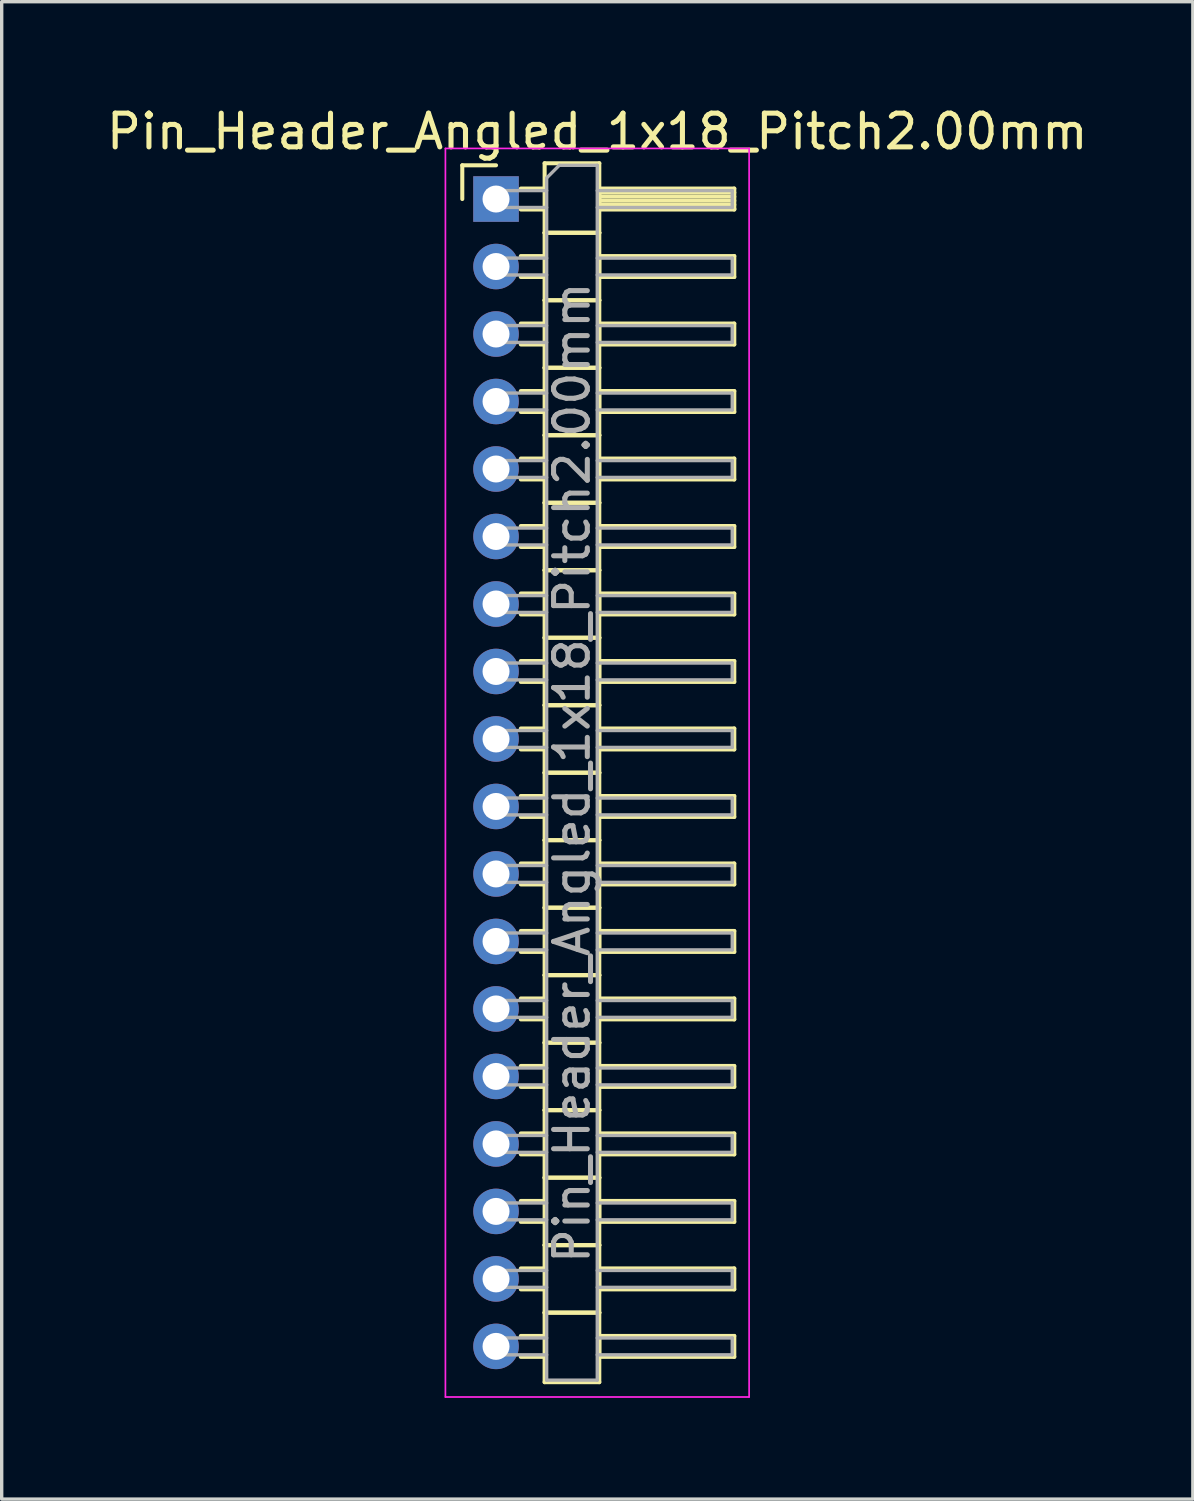
<source format=kicad_pcb>
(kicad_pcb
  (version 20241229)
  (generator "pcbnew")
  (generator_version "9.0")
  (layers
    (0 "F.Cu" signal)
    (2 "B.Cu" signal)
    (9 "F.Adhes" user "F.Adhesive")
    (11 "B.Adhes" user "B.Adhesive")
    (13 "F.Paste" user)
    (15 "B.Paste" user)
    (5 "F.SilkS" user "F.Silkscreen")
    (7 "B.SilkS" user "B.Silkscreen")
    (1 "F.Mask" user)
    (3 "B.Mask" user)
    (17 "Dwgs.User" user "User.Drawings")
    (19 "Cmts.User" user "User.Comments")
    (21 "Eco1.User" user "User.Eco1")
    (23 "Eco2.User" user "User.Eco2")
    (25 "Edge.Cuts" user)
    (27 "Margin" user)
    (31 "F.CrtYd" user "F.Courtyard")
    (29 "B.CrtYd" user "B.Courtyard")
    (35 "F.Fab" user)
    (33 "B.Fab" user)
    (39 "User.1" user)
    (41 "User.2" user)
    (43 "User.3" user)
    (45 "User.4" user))
  (footprint "Pin_Header_Angled_1x18_Pitch2.00mm"
    (layer "F.Cu")
    (at 11.649 2.848)
    (property "Reference" "Pin_Header_Angled_1x18_Pitch2.00mm" (at 3 -2 0) (layer "F.SilkS") (effects (font (size 1 1) (thickness 0.15))))
    (attr through_hole)
    (fp_line (start -1 -1) (end 0 -1) (stroke (width 0.12) (type solid)) (layer "F.SilkS"))
    (fp_line (start -1 0) (end -1 -1) (stroke (width 0.12) (type solid)) (layer "F.SilkS"))
    (fp_line (start 0.735 -0.31) (end 1.44 -0.31) (stroke (width 0.12) (type solid)) (layer "F.SilkS"))
    (fp_line (start 0.735 0.31) (end 1.44 0.31) (stroke (width 0.12) (type solid)) (layer "F.SilkS"))
    (fp_line (start 0.735 1.69) (end 1.44 1.69) (stroke (width 0.12) (type solid)) (layer "F.SilkS"))
    (fp_line (start 0.735 2.31) (end 1.44 2.31) (stroke (width 0.12) (type solid)) (layer "F.SilkS"))
    (fp_line (start 0.735 3.69) (end 1.44 3.69) (stroke (width 0.12) (type solid)) (layer "F.SilkS"))
    (fp_line (start 0.735 4.31) (end 1.44 4.31) (stroke (width 0.12) (type solid)) (layer "F.SilkS"))
    (fp_line (start 0.735 5.69) (end 1.44 5.69) (stroke (width 0.12) (type solid)) (layer "F.SilkS"))
    (fp_line (start 0.735 6.31) (end 1.44 6.31) (stroke (width 0.12) (type solid)) (layer "F.SilkS"))
    (fp_line (start 0.735 7.69) (end 1.44 7.69) (stroke (width 0.12) (type solid)) (layer "F.SilkS"))
    (fp_line (start 0.735 8.31) (end 1.44 8.31) (stroke (width 0.12) (type solid)) (layer "F.SilkS"))
    (fp_line (start 0.735 9.69) (end 1.44 9.69) (stroke (width 0.12) (type solid)) (layer "F.SilkS"))
    (fp_line (start 0.735 10.31) (end 1.44 10.31) (stroke (width 0.12) (type solid)) (layer "F.SilkS"))
    (fp_line (start 0.735 11.69) (end 1.44 11.69) (stroke (width 0.12) (type solid)) (layer "F.SilkS"))
    (fp_line (start 0.735 12.31) (end 1.44 12.31) (stroke (width 0.12) (type solid)) (layer "F.SilkS"))
    (fp_line (start 0.735 13.69) (end 1.44 13.69) (stroke (width 0.12) (type solid)) (layer "F.SilkS"))
    (fp_line (start 0.735 14.31) (end 1.44 14.31) (stroke (width 0.12) (type solid)) (layer "F.SilkS"))
    (fp_line (start 0.735 15.69) (end 1.44 15.69) (stroke (width 0.12) (type solid)) (layer "F.SilkS"))
    (fp_line (start 0.735 16.31) (end 1.44 16.31) (stroke (width 0.12) (type solid)) (layer "F.SilkS"))
    (fp_line (start 0.735 17.69) (end 1.44 17.69) (stroke (width 0.12) (type solid)) (layer "F.SilkS"))
    (fp_line (start 0.735 18.31) (end 1.44 18.31) (stroke (width 0.12) (type solid)) (layer "F.SilkS"))
    (fp_line (start 0.735 19.69) (end 1.44 19.69) (stroke (width 0.12) (type solid)) (layer "F.SilkS"))
    (fp_line (start 0.735 20.31) (end 1.44 20.31) (stroke (width 0.12) (type solid)) (layer "F.SilkS"))
    (fp_line (start 0.735 21.69) (end 1.44 21.69) (stroke (width 0.12) (type solid)) (layer "F.SilkS"))
    (fp_line (start 0.735 22.31) (end 1.44 22.31) (stroke (width 0.12) (type solid)) (layer "F.SilkS"))
    (fp_line (start 0.735 23.69) (end 1.44 23.69) (stroke (width 0.12) (type solid)) (layer "F.SilkS"))
    (fp_line (start 0.735 24.31) (end 1.44 24.31) (stroke (width 0.12) (type solid)) (layer "F.SilkS"))
    (fp_line (start 0.735 25.69) (end 1.44 25.69) (stroke (width 0.12) (type solid)) (layer "F.SilkS"))
    (fp_line (start 0.735 26.31) (end 1.44 26.31) (stroke (width 0.12) (type solid)) (layer "F.SilkS"))
    (fp_line (start 0.735 27.69) (end 1.44 27.69) (stroke (width 0.12) (type solid)) (layer "F.SilkS"))
    (fp_line (start 0.735 28.31) (end 1.44 28.31) (stroke (width 0.12) (type solid)) (layer "F.SilkS"))
    (fp_line (start 0.735 29.69) (end 1.44 29.69) (stroke (width 0.12) (type solid)) (layer "F.SilkS"))
    (fp_line (start 0.735 30.31) (end 1.44 30.31) (stroke (width 0.12) (type solid)) (layer "F.SilkS"))
    (fp_line (start 0.735 31.69) (end 1.44 31.69) (stroke (width 0.12) (type solid)) (layer "F.SilkS"))
    (fp_line (start 0.735 32.31) (end 1.44 32.31) (stroke (width 0.12) (type solid)) (layer "F.SilkS"))
    (fp_line (start 0.735 33.69) (end 1.44 33.69) (stroke (width 0.12) (type solid)) (layer "F.SilkS"))
    (fp_line (start 0.735 34.31) (end 1.44 34.31) (stroke (width 0.12) (type solid)) (layer "F.SilkS"))
    (fp_line (start 1.44 -1.06) (end 1.44 1) (stroke (width 0.12) (type solid)) (layer "F.SilkS"))
    (fp_line (start 1.44 1) (end 1.44 3) (stroke (width 0.12) (type solid)) (layer "F.SilkS"))
    (fp_line (start 1.44 1) (end 3.06 1) (stroke (width 0.12) (type solid)) (layer "F.SilkS"))
    (fp_line (start 1.44 3) (end 1.44 5) (stroke (width 0.12) (type solid)) (layer "F.SilkS"))
    (fp_line (start 1.44 3) (end 3.06 3) (stroke (width 0.12) (type solid)) (layer "F.SilkS"))
    (fp_line (start 1.44 5) (end 1.44 7) (stroke (width 0.12) (type solid)) (layer "F.SilkS"))
    (fp_line (start 1.44 5) (end 3.06 5) (stroke (width 0.12) (type solid)) (layer "F.SilkS"))
    (fp_line (start 1.44 7) (end 1.44 9) (stroke (width 0.12) (type solid)) (layer "F.SilkS"))
    (fp_line (start 1.44 7) (end 3.06 7) (stroke (width 0.12) (type solid)) (layer "F.SilkS"))
    (fp_line (start 1.44 9) (end 1.44 11) (stroke (width 0.12) (type solid)) (layer "F.SilkS"))
    (fp_line (start 1.44 9) (end 3.06 9) (stroke (width 0.12) (type solid)) (layer "F.SilkS"))
    (fp_line (start 1.44 11) (end 1.44 13) (stroke (width 0.12) (type solid)) (layer "F.SilkS"))
    (fp_line (start 1.44 11) (end 3.06 11) (stroke (width 0.12) (type solid)) (layer "F.SilkS"))
    (fp_line (start 1.44 13) (end 1.44 15) (stroke (width 0.12) (type solid)) (layer "F.SilkS"))
    (fp_line (start 1.44 13) (end 3.06 13) (stroke (width 0.12) (type solid)) (layer "F.SilkS"))
    (fp_line (start 1.44 15) (end 1.44 17) (stroke (width 0.12) (type solid)) (layer "F.SilkS"))
    (fp_line (start 1.44 15) (end 3.06 15) (stroke (width 0.12) (type solid)) (layer "F.SilkS"))
    (fp_line (start 1.44 17) (end 1.44 19) (stroke (width 0.12) (type solid)) (layer "F.SilkS"))
    (fp_line (start 1.44 17) (end 3.06 17) (stroke (width 0.12) (type solid)) (layer "F.SilkS"))
    (fp_line (start 1.44 19) (end 1.44 21) (stroke (width 0.12) (type solid)) (layer "F.SilkS"))
    (fp_line (start 1.44 19) (end 3.06 19) (stroke (width 0.12) (type solid)) (layer "F.SilkS"))
    (fp_line (start 1.44 21) (end 1.44 23) (stroke (width 0.12) (type solid)) (layer "F.SilkS"))
    (fp_line (start 1.44 21) (end 3.06 21) (stroke (width 0.12) (type solid)) (layer "F.SilkS"))
    (fp_line (start 1.44 23) (end 1.44 25) (stroke (width 0.12) (type solid)) (layer "F.SilkS"))
    (fp_line (start 1.44 23) (end 3.06 23) (stroke (width 0.12) (type solid)) (layer "F.SilkS"))
    (fp_line (start 1.44 25) (end 1.44 27) (stroke (width 0.12) (type solid)) (layer "F.SilkS"))
    (fp_line (start 1.44 25) (end 3.06 25) (stroke (width 0.12) (type solid)) (layer "F.SilkS"))
    (fp_line (start 1.44 27) (end 1.44 29) (stroke (width 0.12) (type solid)) (layer "F.SilkS"))
    (fp_line (start 1.44 27) (end 3.06 27) (stroke (width 0.12) (type solid)) (layer "F.SilkS"))
    (fp_line (start 1.44 29) (end 1.44 31) (stroke (width 0.12) (type solid)) (layer "F.SilkS"))
    (fp_line (start 1.44 29) (end 3.06 29) (stroke (width 0.12) (type solid)) (layer "F.SilkS"))
    (fp_line (start 1.44 31) (end 1.44 33) (stroke (width 0.12) (type solid)) (layer "F.SilkS"))
    (fp_line (start 1.44 31) (end 3.06 31) (stroke (width 0.12) (type solid)) (layer "F.SilkS"))
    (fp_line (start 1.44 33) (end 1.44 35.06) (stroke (width 0.12) (type solid)) (layer "F.SilkS"))
    (fp_line (start 1.44 33) (end 3.06 33) (stroke (width 0.12) (type solid)) (layer "F.SilkS"))
    (fp_line (start 1.44 35.06) (end 3.06 35.06) (stroke (width 0.12) (type solid)) (layer "F.SilkS"))
    (fp_line (start 3.06 -1.06) (end 1.44 -1.06) (stroke (width 0.12) (type solid)) (layer "F.SilkS"))
    (fp_line (start 3.06 -0.31) (end 3.06 0.31) (stroke (width 0.12) (type solid)) (layer "F.SilkS"))
    (fp_line (start 3.06 -0.19) (end 7.06 -0.19) (stroke (width 0.12) (type solid)) (layer "F.SilkS"))
    (fp_line (start 3.06 -0.07) (end 7.06 -0.07) (stroke (width 0.12) (type solid)) (layer "F.SilkS"))
    (fp_line (start 3.06 0.05) (end 7.06 0.05) (stroke (width 0.12) (type solid)) (layer "F.SilkS"))
    (fp_line (start 3.06 0.17) (end 7.06 0.17) (stroke (width 0.12) (type solid)) (layer "F.SilkS"))
    (fp_line (start 3.06 0.29) (end 7.06 0.29) (stroke (width 0.12) (type solid)) (layer "F.SilkS"))
    (fp_line (start 3.06 0.31) (end 7.06 0.31) (stroke (width 0.12) (type solid)) (layer "F.SilkS"))
    (fp_line (start 3.06 1) (end 1.44 1) (stroke (width 0.12) (type solid)) (layer "F.SilkS"))
    (fp_line (start 3.06 1) (end 3.06 -1.06) (stroke (width 0.12) (type solid)) (layer "F.SilkS"))
    (fp_line (start 3.06 1.69) (end 3.06 2.31) (stroke (width 0.12) (type solid)) (layer "F.SilkS"))
    (fp_line (start 3.06 2.31) (end 7.06 2.31) (stroke (width 0.12) (type solid)) (layer "F.SilkS"))
    (fp_line (start 3.06 3) (end 1.44 3) (stroke (width 0.12) (type solid)) (layer "F.SilkS"))
    (fp_line (start 3.06 3) (end 3.06 1) (stroke (width 0.12) (type solid)) (layer "F.SilkS"))
    (fp_line (start 3.06 3.69) (end 3.06 4.31) (stroke (width 0.12) (type solid)) (layer "F.SilkS"))
    (fp_line (start 3.06 4.31) (end 7.06 4.31) (stroke (width 0.12) (type solid)) (layer "F.SilkS"))
    (fp_line (start 3.06 5) (end 1.44 5) (stroke (width 0.12) (type solid)) (layer "F.SilkS"))
    (fp_line (start 3.06 5) (end 3.06 3) (stroke (width 0.12) (type solid)) (layer "F.SilkS"))
    (fp_line (start 3.06 5.69) (end 3.06 6.31) (stroke (width 0.12) (type solid)) (layer "F.SilkS"))
    (fp_line (start 3.06 6.31) (end 7.06 6.31) (stroke (width 0.12) (type solid)) (layer "F.SilkS"))
    (fp_line (start 3.06 7) (end 1.44 7) (stroke (width 0.12) (type solid)) (layer "F.SilkS"))
    (fp_line (start 3.06 7) (end 3.06 5) (stroke (width 0.12) (type solid)) (layer "F.SilkS"))
    (fp_line (start 3.06 7.69) (end 3.06 8.31) (stroke (width 0.12) (type solid)) (layer "F.SilkS"))
    (fp_line (start 3.06 8.31) (end 7.06 8.31) (stroke (width 0.12) (type solid)) (layer "F.SilkS"))
    (fp_line (start 3.06 9) (end 1.44 9) (stroke (width 0.12) (type solid)) (layer "F.SilkS"))
    (fp_line (start 3.06 9) (end 3.06 7) (stroke (width 0.12) (type solid)) (layer "F.SilkS"))
    (fp_line (start 3.06 9.69) (end 3.06 10.31) (stroke (width 0.12) (type solid)) (layer "F.SilkS"))
    (fp_line (start 3.06 10.31) (end 7.06 10.31) (stroke (width 0.12) (type solid)) (layer "F.SilkS"))
    (fp_line (start 3.06 11) (end 1.44 11) (stroke (width 0.12) (type solid)) (layer "F.SilkS"))
    (fp_line (start 3.06 11) (end 3.06 9) (stroke (width 0.12) (type solid)) (layer "F.SilkS"))
    (fp_line (start 3.06 11.69) (end 3.06 12.31) (stroke (width 0.12) (type solid)) (layer "F.SilkS"))
    (fp_line (start 3.06 12.31) (end 7.06 12.31) (stroke (width 0.12) (type solid)) (layer "F.SilkS"))
    (fp_line (start 3.06 13) (end 1.44 13) (stroke (width 0.12) (type solid)) (layer "F.SilkS"))
    (fp_line (start 3.06 13) (end 3.06 11) (stroke (width 0.12) (type solid)) (layer "F.SilkS"))
    (fp_line (start 3.06 13.69) (end 3.06 14.31) (stroke (width 0.12) (type solid)) (layer "F.SilkS"))
    (fp_line (start 3.06 14.31) (end 7.06 14.31) (stroke (width 0.12) (type solid)) (layer "F.SilkS"))
    (fp_line (start 3.06 15) (end 1.44 15) (stroke (width 0.12) (type solid)) (layer "F.SilkS"))
    (fp_line (start 3.06 15) (end 3.06 13) (stroke (width 0.12) (type solid)) (layer "F.SilkS"))
    (fp_line (start 3.06 15.69) (end 3.06 16.31) (stroke (width 0.12) (type solid)) (layer "F.SilkS"))
    (fp_line (start 3.06 16.31) (end 7.06 16.31) (stroke (width 0.12) (type solid)) (layer "F.SilkS"))
    (fp_line (start 3.06 17) (end 1.44 17) (stroke (width 0.12) (type solid)) (layer "F.SilkS"))
    (fp_line (start 3.06 17) (end 3.06 15) (stroke (width 0.12) (type solid)) (layer "F.SilkS"))
    (fp_line (start 3.06 17.69) (end 3.06 18.31) (stroke (width 0.12) (type solid)) (layer "F.SilkS"))
    (fp_line (start 3.06 18.31) (end 7.06 18.31) (stroke (width 0.12) (type solid)) (layer "F.SilkS"))
    (fp_line (start 3.06 19) (end 1.44 19) (stroke (width 0.12) (type solid)) (layer "F.SilkS"))
    (fp_line (start 3.06 19) (end 3.06 17) (stroke (width 0.12) (type solid)) (layer "F.SilkS"))
    (fp_line (start 3.06 19.69) (end 3.06 20.31) (stroke (width 0.12) (type solid)) (layer "F.SilkS"))
    (fp_line (start 3.06 20.31) (end 7.06 20.31) (stroke (width 0.12) (type solid)) (layer "F.SilkS"))
    (fp_line (start 3.06 21) (end 1.44 21) (stroke (width 0.12) (type solid)) (layer "F.SilkS"))
    (fp_line (start 3.06 21) (end 3.06 19) (stroke (width 0.12) (type solid)) (layer "F.SilkS"))
    (fp_line (start 3.06 21.69) (end 3.06 22.31) (stroke (width 0.12) (type solid)) (layer "F.SilkS"))
    (fp_line (start 3.06 22.31) (end 7.06 22.31) (stroke (width 0.12) (type solid)) (layer "F.SilkS"))
    (fp_line (start 3.06 23) (end 1.44 23) (stroke (width 0.12) (type solid)) (layer "F.SilkS"))
    (fp_line (start 3.06 23) (end 3.06 21) (stroke (width 0.12) (type solid)) (layer "F.SilkS"))
    (fp_line (start 3.06 23.69) (end 3.06 24.31) (stroke (width 0.12) (type solid)) (layer "F.SilkS"))
    (fp_line (start 3.06 24.31) (end 7.06 24.31) (stroke (width 0.12) (type solid)) (layer "F.SilkS"))
    (fp_line (start 3.06 25) (end 1.44 25) (stroke (width 0.12) (type solid)) (layer "F.SilkS"))
    (fp_line (start 3.06 25) (end 3.06 23) (stroke (width 0.12) (type solid)) (layer "F.SilkS"))
    (fp_line (start 3.06 25.69) (end 3.06 26.31) (stroke (width 0.12) (type solid)) (layer "F.SilkS"))
    (fp_line (start 3.06 26.31) (end 7.06 26.31) (stroke (width 0.12) (type solid)) (layer "F.SilkS"))
    (fp_line (start 3.06 27) (end 1.44 27) (stroke (width 0.12) (type solid)) (layer "F.SilkS"))
    (fp_line (start 3.06 27) (end 3.06 25) (stroke (width 0.12) (type solid)) (layer "F.SilkS"))
    (fp_line (start 3.06 27.69) (end 3.06 28.31) (stroke (width 0.12) (type solid)) (layer "F.SilkS"))
    (fp_line (start 3.06 28.31) (end 7.06 28.31) (stroke (width 0.12) (type solid)) (layer "F.SilkS"))
    (fp_line (start 3.06 29) (end 1.44 29) (stroke (width 0.12) (type solid)) (layer "F.SilkS"))
    (fp_line (start 3.06 29) (end 3.06 27) (stroke (width 0.12) (type solid)) (layer "F.SilkS"))
    (fp_line (start 3.06 29.69) (end 3.06 30.31) (stroke (width 0.12) (type solid)) (layer "F.SilkS"))
    (fp_line (start 3.06 30.31) (end 7.06 30.31) (stroke (width 0.12) (type solid)) (layer "F.SilkS"))
    (fp_line (start 3.06 31) (end 1.44 31) (stroke (width 0.12) (type solid)) (layer "F.SilkS"))
    (fp_line (start 3.06 31) (end 3.06 29) (stroke (width 0.12) (type solid)) (layer "F.SilkS"))
    (fp_line (start 3.06 31.69) (end 3.06 32.31) (stroke (width 0.12) (type solid)) (layer "F.SilkS"))
    (fp_line (start 3.06 32.31) (end 7.06 32.31) (stroke (width 0.12) (type solid)) (layer "F.SilkS"))
    (fp_line (start 3.06 33) (end 1.44 33) (stroke (width 0.12) (type solid)) (layer "F.SilkS"))
    (fp_line (start 3.06 33) (end 3.06 31) (stroke (width 0.12) (type solid)) (layer "F.SilkS"))
    (fp_line (start 3.06 33.69) (end 3.06 34.31) (stroke (width 0.12) (type solid)) (layer "F.SilkS"))
    (fp_line (start 3.06 34.31) (end 7.06 34.31) (stroke (width 0.12) (type solid)) (layer "F.SilkS"))
    (fp_line (start 3.06 35.06) (end 3.06 33) (stroke (width 0.12) (type solid)) (layer "F.SilkS"))
    (fp_line (start 7.06 -0.31) (end 3.06 -0.31) (stroke (width 0.12) (type solid)) (layer "F.SilkS"))
    (fp_line (start 7.06 0.31) (end 7.06 -0.31) (stroke (width 0.12) (type solid)) (layer "F.SilkS"))
    (fp_line (start 7.06 1.69) (end 3.06 1.69) (stroke (width 0.12) (type solid)) (layer "F.SilkS"))
    (fp_line (start 7.06 2.31) (end 7.06 1.69) (stroke (width 0.12) (type solid)) (layer "F.SilkS"))
    (fp_line (start 7.06 3.69) (end 3.06 3.69) (stroke (width 0.12) (type solid)) (layer "F.SilkS"))
    (fp_line (start 7.06 4.31) (end 7.06 3.69) (stroke (width 0.12) (type solid)) (layer "F.SilkS"))
    (fp_line (start 7.06 5.69) (end 3.06 5.69) (stroke (width 0.12) (type solid)) (layer "F.SilkS"))
    (fp_line (start 7.06 6.31) (end 7.06 5.69) (stroke (width 0.12) (type solid)) (layer "F.SilkS"))
    (fp_line (start 7.06 7.69) (end 3.06 7.69) (stroke (width 0.12) (type solid)) (layer "F.SilkS"))
    (fp_line (start 7.06 8.31) (end 7.06 7.69) (stroke (width 0.12) (type solid)) (layer "F.SilkS"))
    (fp_line (start 7.06 9.69) (end 3.06 9.69) (stroke (width 0.12) (type solid)) (layer "F.SilkS"))
    (fp_line (start 7.06 10.31) (end 7.06 9.69) (stroke (width 0.12) (type solid)) (layer "F.SilkS"))
    (fp_line (start 7.06 11.69) (end 3.06 11.69) (stroke (width 0.12) (type solid)) (layer "F.SilkS"))
    (fp_line (start 7.06 12.31) (end 7.06 11.69) (stroke (width 0.12) (type solid)) (layer "F.SilkS"))
    (fp_line (start 7.06 13.69) (end 3.06 13.69) (stroke (width 0.12) (type solid)) (layer "F.SilkS"))
    (fp_line (start 7.06 14.31) (end 7.06 13.69) (stroke (width 0.12) (type solid)) (layer "F.SilkS"))
    (fp_line (start 7.06 15.69) (end 3.06 15.69) (stroke (width 0.12) (type solid)) (layer "F.SilkS"))
    (fp_line (start 7.06 16.31) (end 7.06 15.69) (stroke (width 0.12) (type solid)) (layer "F.SilkS"))
    (fp_line (start 7.06 17.69) (end 3.06 17.69) (stroke (width 0.12) (type solid)) (layer "F.SilkS"))
    (fp_line (start 7.06 18.31) (end 7.06 17.69) (stroke (width 0.12) (type solid)) (layer "F.SilkS"))
    (fp_line (start 7.06 19.69) (end 3.06 19.69) (stroke (width 0.12) (type solid)) (layer "F.SilkS"))
    (fp_line (start 7.06 20.31) (end 7.06 19.69) (stroke (width 0.12) (type solid)) (layer "F.SilkS"))
    (fp_line (start 7.06 21.69) (end 3.06 21.69) (stroke (width 0.12) (type solid)) (layer "F.SilkS"))
    (fp_line (start 7.06 22.31) (end 7.06 21.69) (stroke (width 0.12) (type solid)) (layer "F.SilkS"))
    (fp_line (start 7.06 23.69) (end 3.06 23.69) (stroke (width 0.12) (type solid)) (layer "F.SilkS"))
    (fp_line (start 7.06 24.31) (end 7.06 23.69) (stroke (width 0.12) (type solid)) (layer "F.SilkS"))
    (fp_line (start 7.06 25.69) (end 3.06 25.69) (stroke (width 0.12) (type solid)) (layer "F.SilkS"))
    (fp_line (start 7.06 26.31) (end 7.06 25.69) (stroke (width 0.12) (type solid)) (layer "F.SilkS"))
    (fp_line (start 7.06 27.69) (end 3.06 27.69) (stroke (width 0.12) (type solid)) (layer "F.SilkS"))
    (fp_line (start 7.06 28.31) (end 7.06 27.69) (stroke (width 0.12) (type solid)) (layer "F.SilkS"))
    (fp_line (start 7.06 29.69) (end 3.06 29.69) (stroke (width 0.12) (type solid)) (layer "F.SilkS"))
    (fp_line (start 7.06 30.31) (end 7.06 29.69) (stroke (width 0.12) (type solid)) (layer "F.SilkS"))
    (fp_line (start 7.06 31.69) (end 3.06 31.69) (stroke (width 0.12) (type solid)) (layer "F.SilkS"))
    (fp_line (start 7.06 32.31) (end 7.06 31.69) (stroke (width 0.12) (type solid)) (layer "F.SilkS"))
    (fp_line (start 7.06 33.69) (end 3.06 33.69) (stroke (width 0.12) (type solid)) (layer "F.SilkS"))
    (fp_line (start 7.06 34.31) (end 7.06 33.69) (stroke (width 0.12) (type solid)) (layer "F.SilkS"))
    (fp_line (start -1.5 -1.5) (end -1.5 35.5) (stroke (width 0.05) (type solid)) (layer "F.CrtYd"))
    (fp_line (start -1.5 35.5) (end 7.5 35.5) (stroke (width 0.05) (type solid)) (layer "F.CrtYd"))
    (fp_line (start 7.5 -1.5) (end -1.5 -1.5) (stroke (width 0.05) (type solid)) (layer "F.CrtYd"))
    (fp_line (start 7.5 35.5) (end 7.5 -1.5) (stroke (width 0.05) (type solid)) (layer "F.CrtYd"))
    (fp_line (start -0.25 -0.25) (end -0.25 0.25) (stroke (width 0.1) (type solid)) (layer "F.Fab"))
    (fp_line (start -0.25 -0.25) (end 1.5 -0.25) (stroke (width 0.1) (type solid)) (layer "F.Fab"))
    (fp_line (start -0.25 0.25) (end 1.5 0.25) (stroke (width 0.1) (type solid)) (layer "F.Fab"))
    (fp_line (start -0.25 1.75) (end -0.25 2.25) (stroke (width 0.1) (type solid)) (layer "F.Fab"))
    (fp_line (start -0.25 1.75) (end 1.5 1.75) (stroke (width 0.1) (type solid)) (layer "F.Fab"))
    (fp_line (start -0.25 2.25) (end 1.5 2.25) (stroke (width 0.1) (type solid)) (layer "F.Fab"))
    (fp_line (start -0.25 3.75) (end -0.25 4.25) (stroke (width 0.1) (type solid)) (layer "F.Fab"))
    (fp_line (start -0.25 3.75) (end 1.5 3.75) (stroke (width 0.1) (type solid)) (layer "F.Fab"))
    (fp_line (start -0.25 4.25) (end 1.5 4.25) (stroke (width 0.1) (type solid)) (layer "F.Fab"))
    (fp_line (start -0.25 5.75) (end -0.25 6.25) (stroke (width 0.1) (type solid)) (layer "F.Fab"))
    (fp_line (start -0.25 5.75) (end 1.5 5.75) (stroke (width 0.1) (type solid)) (layer "F.Fab"))
    (fp_line (start -0.25 6.25) (end 1.5 6.25) (stroke (width 0.1) (type solid)) (layer "F.Fab"))
    (fp_line (start -0.25 7.75) (end -0.25 8.25) (stroke (width 0.1) (type solid)) (layer "F.Fab"))
    (fp_line (start -0.25 7.75) (end 1.5 7.75) (stroke (width 0.1) (type solid)) (layer "F.Fab"))
    (fp_line (start -0.25 8.25) (end 1.5 8.25) (stroke (width 0.1) (type solid)) (layer "F.Fab"))
    (fp_line (start -0.25 9.75) (end -0.25 10.25) (stroke (width 0.1) (type solid)) (layer "F.Fab"))
    (fp_line (start -0.25 9.75) (end 1.5 9.75) (stroke (width 0.1) (type solid)) (layer "F.Fab"))
    (fp_line (start -0.25 10.25) (end 1.5 10.25) (stroke (width 0.1) (type solid)) (layer "F.Fab"))
    (fp_line (start -0.25 11.75) (end -0.25 12.25) (stroke (width 0.1) (type solid)) (layer "F.Fab"))
    (fp_line (start -0.25 11.75) (end 1.5 11.75) (stroke (width 0.1) (type solid)) (layer "F.Fab"))
    (fp_line (start -0.25 12.25) (end 1.5 12.25) (stroke (width 0.1) (type solid)) (layer "F.Fab"))
    (fp_line (start -0.25 13.75) (end -0.25 14.25) (stroke (width 0.1) (type solid)) (layer "F.Fab"))
    (fp_line (start -0.25 13.75) (end 1.5 13.75) (stroke (width 0.1) (type solid)) (layer "F.Fab"))
    (fp_line (start -0.25 14.25) (end 1.5 14.25) (stroke (width 0.1) (type solid)) (layer "F.Fab"))
    (fp_line (start -0.25 15.75) (end -0.25 16.25) (stroke (width 0.1) (type solid)) (layer "F.Fab"))
    (fp_line (start -0.25 15.75) (end 1.5 15.75) (stroke (width 0.1) (type solid)) (layer "F.Fab"))
    (fp_line (start -0.25 16.25) (end 1.5 16.25) (stroke (width 0.1) (type solid)) (layer "F.Fab"))
    (fp_line (start -0.25 17.75) (end -0.25 18.25) (stroke (width 0.1) (type solid)) (layer "F.Fab"))
    (fp_line (start -0.25 17.75) (end 1.5 17.75) (stroke (width 0.1) (type solid)) (layer "F.Fab"))
    (fp_line (start -0.25 18.25) (end 1.5 18.25) (stroke (width 0.1) (type solid)) (layer "F.Fab"))
    (fp_line (start -0.25 19.75) (end -0.25 20.25) (stroke (width 0.1) (type solid)) (layer "F.Fab"))
    (fp_line (start -0.25 19.75) (end 1.5 19.75) (stroke (width 0.1) (type solid)) (layer "F.Fab"))
    (fp_line (start -0.25 20.25) (end 1.5 20.25) (stroke (width 0.1) (type solid)) (layer "F.Fab"))
    (fp_line (start -0.25 21.75) (end -0.25 22.25) (stroke (width 0.1) (type solid)) (layer "F.Fab"))
    (fp_line (start -0.25 21.75) (end 1.5 21.75) (stroke (width 0.1) (type solid)) (layer "F.Fab"))
    (fp_line (start -0.25 22.25) (end 1.5 22.25) (stroke (width 0.1) (type solid)) (layer "F.Fab"))
    (fp_line (start -0.25 23.75) (end -0.25 24.25) (stroke (width 0.1) (type solid)) (layer "F.Fab"))
    (fp_line (start -0.25 23.75) (end 1.5 23.75) (stroke (width 0.1) (type solid)) (layer "F.Fab"))
    (fp_line (start -0.25 24.25) (end 1.5 24.25) (stroke (width 0.1) (type solid)) (layer "F.Fab"))
    (fp_line (start -0.25 25.75) (end -0.25 26.25) (stroke (width 0.1) (type solid)) (layer "F.Fab"))
    (fp_line (start -0.25 25.75) (end 1.5 25.75) (stroke (width 0.1) (type solid)) (layer "F.Fab"))
    (fp_line (start -0.25 26.25) (end 1.5 26.25) (stroke (width 0.1) (type solid)) (layer "F.Fab"))
    (fp_line (start -0.25 27.75) (end -0.25 28.25) (stroke (width 0.1) (type solid)) (layer "F.Fab"))
    (fp_line (start -0.25 27.75) (end 1.5 27.75) (stroke (width 0.1) (type solid)) (layer "F.Fab"))
    (fp_line (start -0.25 28.25) (end 1.5 28.25) (stroke (width 0.1) (type solid)) (layer "F.Fab"))
    (fp_line (start -0.25 29.75) (end -0.25 30.25) (stroke (width 0.1) (type solid)) (layer "F.Fab"))
    (fp_line (start -0.25 29.75) (end 1.5 29.75) (stroke (width 0.1) (type solid)) (layer "F.Fab"))
    (fp_line (start -0.25 30.25) (end 1.5 30.25) (stroke (width 0.1) (type solid)) (layer "F.Fab"))
    (fp_line (start -0.25 31.75) (end -0.25 32.25) (stroke (width 0.1) (type solid)) (layer "F.Fab"))
    (fp_line (start -0.25 31.75) (end 1.5 31.75) (stroke (width 0.1) (type solid)) (layer "F.Fab"))
    (fp_line (start -0.25 32.25) (end 1.5 32.25) (stroke (width 0.1) (type solid)) (layer "F.Fab"))
    (fp_line (start -0.25 33.75) (end -0.25 34.25) (stroke (width 0.1) (type solid)) (layer "F.Fab"))
    (fp_line (start -0.25 33.75) (end 1.5 33.75) (stroke (width 0.1) (type solid)) (layer "F.Fab"))
    (fp_line (start -0.25 34.25) (end 1.5 34.25) (stroke (width 0.1) (type solid)) (layer "F.Fab"))
    (fp_line (start 1.5 -0.625) (end 1.875 -1) (stroke (width 0.1) (type solid)) (layer "F.Fab"))
    (fp_line (start 1.5 35) (end 1.5 -0.625) (stroke (width 0.1) (type solid)) (layer "F.Fab"))
    (fp_line (start 1.875 -1) (end 3 -1) (stroke (width 0.1) (type solid)) (layer "F.Fab"))
    (fp_line (start 3 -1) (end 3 35) (stroke (width 0.1) (type solid)) (layer "F.Fab"))
    (fp_line (start 3 -0.25) (end 7 -0.25) (stroke (width 0.1) (type solid)) (layer "F.Fab"))
    (fp_line (start 3 0.25) (end 7 0.25) (stroke (width 0.1) (type solid)) (layer "F.Fab"))
    (fp_line (start 3 1.75) (end 7 1.75) (stroke (width 0.1) (type solid)) (layer "F.Fab"))
    (fp_line (start 3 2.25) (end 7 2.25) (stroke (width 0.1) (type solid)) (layer "F.Fab"))
    (fp_line (start 3 3.75) (end 7 3.75) (stroke (width 0.1) (type solid)) (layer "F.Fab"))
    (fp_line (start 3 4.25) (end 7 4.25) (stroke (width 0.1) (type solid)) (layer "F.Fab"))
    (fp_line (start 3 5.75) (end 7 5.75) (stroke (width 0.1) (type solid)) (layer "F.Fab"))
    (fp_line (start 3 6.25) (end 7 6.25) (stroke (width 0.1) (type solid)) (layer "F.Fab"))
    (fp_line (start 3 7.75) (end 7 7.75) (stroke (width 0.1) (type solid)) (layer "F.Fab"))
    (fp_line (start 3 8.25) (end 7 8.25) (stroke (width 0.1) (type solid)) (layer "F.Fab"))
    (fp_line (start 3 9.75) (end 7 9.75) (stroke (width 0.1) (type solid)) (layer "F.Fab"))
    (fp_line (start 3 10.25) (end 7 10.25) (stroke (width 0.1) (type solid)) (layer "F.Fab"))
    (fp_line (start 3 11.75) (end 7 11.75) (stroke (width 0.1) (type solid)) (layer "F.Fab"))
    (fp_line (start 3 12.25) (end 7 12.25) (stroke (width 0.1) (type solid)) (layer "F.Fab"))
    (fp_line (start 3 13.75) (end 7 13.75) (stroke (width 0.1) (type solid)) (layer "F.Fab"))
    (fp_line (start 3 14.25) (end 7 14.25) (stroke (width 0.1) (type solid)) (layer "F.Fab"))
    (fp_line (start 3 15.75) (end 7 15.75) (stroke (width 0.1) (type solid)) (layer "F.Fab"))
    (fp_line (start 3 16.25) (end 7 16.25) (stroke (width 0.1) (type solid)) (layer "F.Fab"))
    (fp_line (start 3 17.75) (end 7 17.75) (stroke (width 0.1) (type solid)) (layer "F.Fab"))
    (fp_line (start 3 18.25) (end 7 18.25) (stroke (width 0.1) (type solid)) (layer "F.Fab"))
    (fp_line (start 3 19.75) (end 7 19.75) (stroke (width 0.1) (type solid)) (layer "F.Fab"))
    (fp_line (start 3 20.25) (end 7 20.25) (stroke (width 0.1) (type solid)) (layer "F.Fab"))
    (fp_line (start 3 21.75) (end 7 21.75) (stroke (width 0.1) (type solid)) (layer "F.Fab"))
    (fp_line (start 3 22.25) (end 7 22.25) (stroke (width 0.1) (type solid)) (layer "F.Fab"))
    (fp_line (start 3 23.75) (end 7 23.75) (stroke (width 0.1) (type solid)) (layer "F.Fab"))
    (fp_line (start 3 24.25) (end 7 24.25) (stroke (width 0.1) (type solid)) (layer "F.Fab"))
    (fp_line (start 3 25.75) (end 7 25.75) (stroke (width 0.1) (type solid)) (layer "F.Fab"))
    (fp_line (start 3 26.25) (end 7 26.25) (stroke (width 0.1) (type solid)) (layer "F.Fab"))
    (fp_line (start 3 27.75) (end 7 27.75) (stroke (width 0.1) (type solid)) (layer "F.Fab"))
    (fp_line (start 3 28.25) (end 7 28.25) (stroke (width 0.1) (type solid)) (layer "F.Fab"))
    (fp_line (start 3 29.75) (end 7 29.75) (stroke (width 0.1) (type solid)) (layer "F.Fab"))
    (fp_line (start 3 30.25) (end 7 30.25) (stroke (width 0.1) (type solid)) (layer "F.Fab"))
    (fp_line (start 3 31.75) (end 7 31.75) (stroke (width 0.1) (type solid)) (layer "F.Fab"))
    (fp_line (start 3 32.25) (end 7 32.25) (stroke (width 0.1) (type solid)) (layer "F.Fab"))
    (fp_line (start 3 33.75) (end 7 33.75) (stroke (width 0.1) (type solid)) (layer "F.Fab"))
    (fp_line (start 3 34.25) (end 7 34.25) (stroke (width 0.1) (type solid)) (layer "F.Fab"))
    (fp_line (start 3 35) (end 1.5 35) (stroke (width 0.1) (type solid)) (layer "F.Fab"))
    (fp_line (start 7 -0.25) (end 7 0.25) (stroke (width 0.1) (type solid)) (layer "F.Fab"))
    (fp_line (start 7 1.75) (end 7 2.25) (stroke (width 0.1) (type solid)) (layer "F.Fab"))
    (fp_line (start 7 3.75) (end 7 4.25) (stroke (width 0.1) (type solid)) (layer "F.Fab"))
    (fp_line (start 7 5.75) (end 7 6.25) (stroke (width 0.1) (type solid)) (layer "F.Fab"))
    (fp_line (start 7 7.75) (end 7 8.25) (stroke (width 0.1) (type solid)) (layer "F.Fab"))
    (fp_line (start 7 9.75) (end 7 10.25) (stroke (width 0.1) (type solid)) (layer "F.Fab"))
    (fp_line (start 7 11.75) (end 7 12.25) (stroke (width 0.1) (type solid)) (layer "F.Fab"))
    (fp_line (start 7 13.75) (end 7 14.25) (stroke (width 0.1) (type solid)) (layer "F.Fab"))
    (fp_line (start 7 15.75) (end 7 16.25) (stroke (width 0.1) (type solid)) (layer "F.Fab"))
    (fp_line (start 7 17.75) (end 7 18.25) (stroke (width 0.1) (type solid)) (layer "F.Fab"))
    (fp_line (start 7 19.75) (end 7 20.25) (stroke (width 0.1) (type solid)) (layer "F.Fab"))
    (fp_line (start 7 21.75) (end 7 22.25) (stroke (width 0.1) (type solid)) (layer "F.Fab"))
    (fp_line (start 7 23.75) (end 7 24.25) (stroke (width 0.1) (type solid)) (layer "F.Fab"))
    (fp_line (start 7 25.75) (end 7 26.25) (stroke (width 0.1) (type solid)) (layer "F.Fab"))
    (fp_line (start 7 27.75) (end 7 28.25) (stroke (width 0.1) (type solid)) (layer "F.Fab"))
    (fp_line (start 7 29.75) (end 7 30.25) (stroke (width 0.1) (type solid)) (layer "F.Fab"))
    (fp_line (start 7 31.75) (end 7 32.25) (stroke (width 0.1) (type solid)) (layer "F.Fab"))
    (fp_line (start 7 33.75) (end 7 34.25) (stroke (width 0.1) (type solid)) (layer "F.Fab"))
    (fp_text user "${REFERENCE}" (at 2.25 17 90) (layer "F.Fab") (effects (font (size 1 1) (thickness 0.15))))
    (pad "1" thru_hole rect (at 0 0) (size 1.35 1.35) (drill 0.8) (layers "*.Cu" "*.Mask"))
    (pad "2" thru_hole oval (at 0 2) (size 1.35 1.35) (drill 0.8) (layers "*.Cu" "*.Mask"))
    (pad "3" thru_hole oval (at 0 4) (size 1.35 1.35) (drill 0.8) (layers "*.Cu" "*.Mask"))
    (pad "4" thru_hole oval (at 0 6) (size 1.35 1.35) (drill 0.8) (layers "*.Cu" "*.Mask"))
    (pad "5" thru_hole oval (at 0 8) (size 1.35 1.35) (drill 0.8) (layers "*.Cu" "*.Mask"))
    (pad "6" thru_hole oval (at 0 10) (size 1.35 1.35) (drill 0.8) (layers "*.Cu" "*.Mask"))
    (pad "7" thru_hole oval (at 0 12) (size 1.35 1.35) (drill 0.8) (layers "*.Cu" "*.Mask"))
    (pad "8" thru_hole oval (at 0 14) (size 1.35 1.35) (drill 0.8) (layers "*.Cu" "*.Mask"))
    (pad "9" thru_hole oval (at 0 16) (size 1.35 1.35) (drill 0.8) (layers "*.Cu" "*.Mask"))
    (pad "10" thru_hole oval (at 0 18) (size 1.35 1.35) (drill 0.8) (layers "*.Cu" "*.Mask"))
    (pad "11" thru_hole oval (at 0 20) (size 1.35 1.35) (drill 0.8) (layers "*.Cu" "*.Mask"))
    (pad "12" thru_hole oval (at 0 22) (size 1.35 1.35) (drill 0.8) (layers "*.Cu" "*.Mask"))
    (pad "13" thru_hole oval (at 0 24) (size 1.35 1.35) (drill 0.8) (layers "*.Cu" "*.Mask"))
    (pad "14" thru_hole oval (at 0 26) (size 1.35 1.35) (drill 0.8) (layers "*.Cu" "*.Mask"))
    (pad "15" thru_hole oval (at 0 28) (size 1.35 1.35) (drill 0.8) (layers "*.Cu" "*.Mask"))
    (pad "16" thru_hole oval (at 0 30) (size 1.35 1.35) (drill 0.8) (layers "*.Cu" "*.Mask"))
    (pad "17" thru_hole oval (at 0 32) (size 1.35 1.35) (drill 0.8) (layers "*.Cu" "*.Mask"))
    (pad "18" thru_hole oval (at 0 34) (size 1.35 1.35) (drill 0.8) (layers "*.Cu" "*.Mask")))
  (gr_rect
    (start -3 -3)
    (end 32.298 41.373)
    (stroke (width 0.1) (type default))
    (fill no)
    (layer "Edge.Cuts")))
</source>
